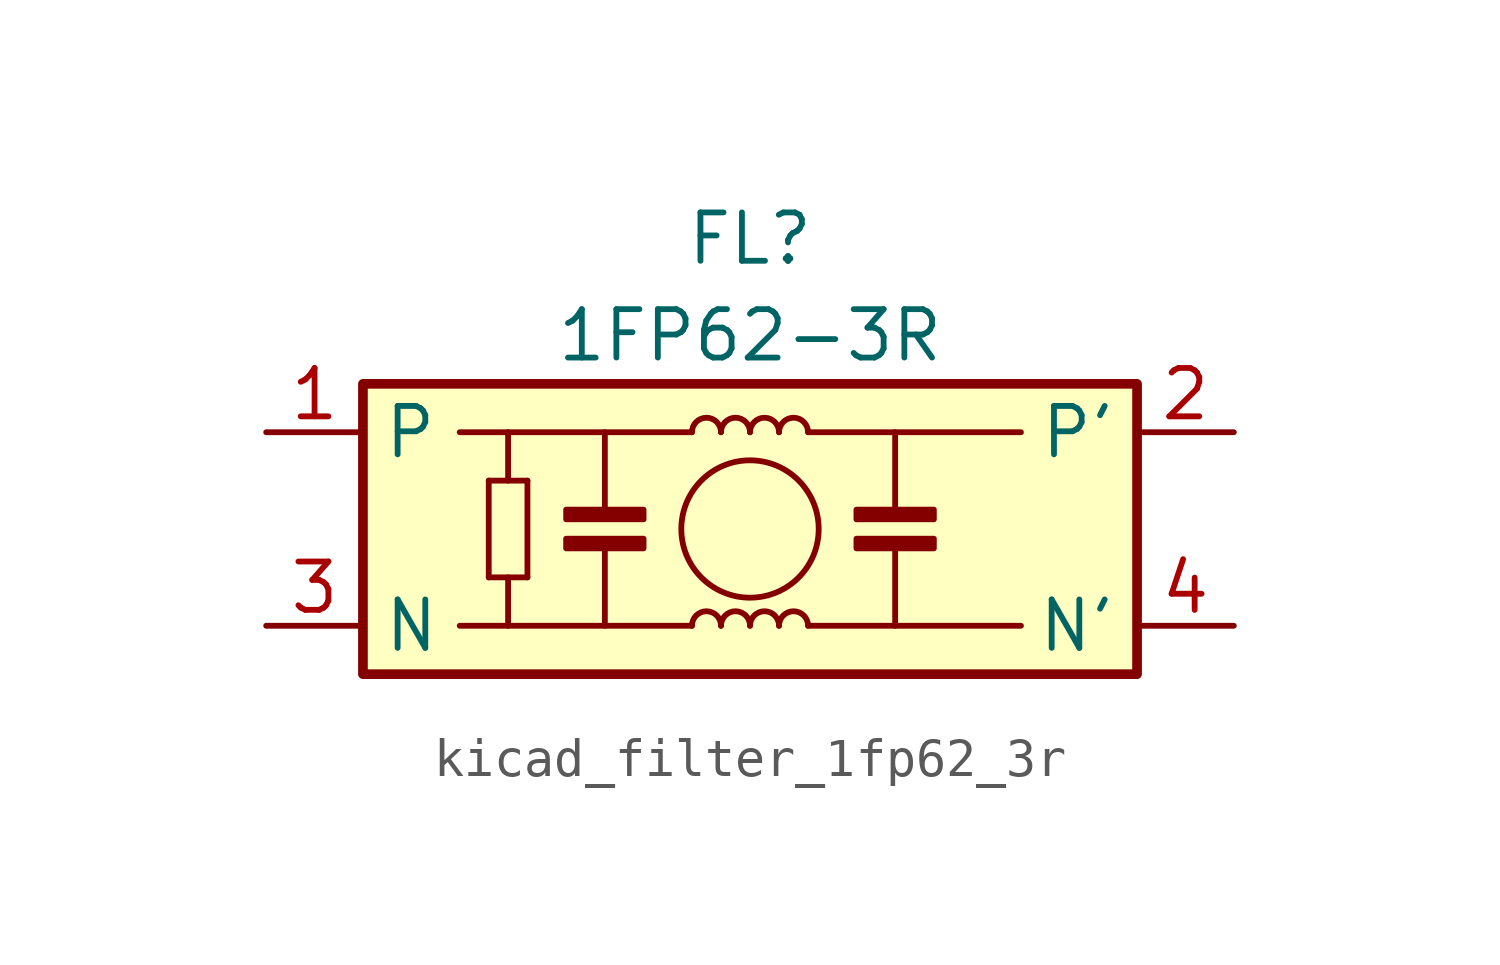
<source format=kicad_sym>
(kicad_symbol_lib
  (version 20220914)
  (generator kicad_symbol_editor)
  (symbol "kicad_filter_1fp62_3r"
    (property "Reference" "FL"
      (at 0 7.62 0)
      (effects (font (size 1.27 1.27))))
    (property "Value" "1FP62-3R"
      (at 0 5.08 0)
      (effects (font (size 1.27 1.27))))
    (symbol "kicad_filter_1fp62_3r_1_1"
      (rectangle (start -10.16 3.81) (end 10.16 -3.81) (stroke (width 0.254) (type default)) (fill (type background)))
      (rectangle (start -4.826 -0.254) (end -2.794 -0.508) (stroke (width 0) (type default)) (fill (type outline)))
      (rectangle (start -4.826 0.254) (end -2.794 0.508) (stroke (width 0) (type default)) (fill (type outline)))
      (arc (start -0.762 -2.54) (mid -1.143 -2.1606) (end -1.524 -2.54) (stroke (width 0) (type default)) (fill (type none)))
      (arc (start -0.762 2.54) (mid -1.143 2.9194) (end -1.524 2.54) (stroke (width 0) (type default)) (fill (type none)))
      (arc (start 0 -2.54) (mid -0.381 -2.1606) (end -0.762 -2.54) (stroke (width 0) (type default)) (fill (type none)))
      (polyline (pts (xy -6.858 -1.27) (xy -6.858 1.27)) (stroke (width 0) (type default)) (fill (type none)))
      (polyline (pts (xy -6.858 -1.27) (xy -5.842 -1.27)) (stroke (width 0) (type default)) (fill (type none)))
      (polyline (pts (xy -6.858 1.27) (xy -5.842 1.27)) (stroke (width 0) (type default)) (fill (type none)))
      (polyline (pts (xy -6.35 -1.27) (xy -6.35 -2.54)) (stroke (width 0) (type default)) (fill (type none)))
      (polyline (pts (xy -6.35 1.27) (xy -6.35 2.54)) (stroke (width 0) (type default)) (fill (type none)))
      (polyline (pts (xy -5.842 -1.27) (xy -5.842 1.27)) (stroke (width 0) (type default)) (fill (type none)))
      (polyline (pts (xy -3.81 -0.508) (xy -3.81 -2.54)) (stroke (width 0) (type default)) (fill (type none)))
      (polyline (pts (xy -3.81 0.508) (xy -3.81 2.54)) (stroke (width 0) (type default)) (fill (type none)))
      (polyline (pts (xy -1.524 -2.54) (xy -7.62 -2.54)) (stroke (width 0) (type default)) (fill (type none)))
      (polyline (pts (xy -1.524 2.54) (xy -7.62 2.54)) (stroke (width 0) (type default)) (fill (type none)))
      (polyline (pts (xy 1.524 -2.54) (xy 7.112 -2.54)) (stroke (width 0) (type default)) (fill (type none)))
      (polyline (pts (xy 3.81 -0.508) (xy 3.81 -2.54)) (stroke (width 0) (type default)) (fill (type none)))
      (polyline (pts (xy 3.81 0.508) (xy 3.81 2.54)) (stroke (width 0) (type default)) (fill (type none)))
      (polyline (pts (xy 7.112 2.54) (xy 1.524 2.54)) (stroke (width 0) (type default)) (fill (type none)))
      (circle (center 0 0) (radius 1.803) (stroke (width 0) (type default)) (fill (type none)))
      (arc (start 0 2.54) (mid -0.381 2.9194) (end -0.762 2.54) (stroke (width 0) (type default)) (fill (type none)))
      (arc (start 0.762 -2.54) (mid 0.381 -2.1606) (end 0 -2.54) (stroke (width 0) (type default)) (fill (type none)))
      (arc (start 0.762 2.54) (mid 0.381 2.9194) (end 0 2.54) (stroke (width 0) (type default)) (fill (type none)))
      (arc (start 1.524 -2.54) (mid 1.143 -2.1606) (end 0.762 -2.54) (stroke (width 0) (type default)) (fill (type none)))
      (arc (start 1.524 2.54) (mid 1.143 2.9194) (end 0.762 2.54) (stroke (width 0) (type default)) (fill (type none)))
      (rectangle (start 2.794 -0.254) (end 4.826 -0.508) (stroke (width 0) (type default)) (fill (type outline)))
      (rectangle (start 2.794 0.254) (end 4.826 0.508) (stroke (width 0) (type default)) (fill (type outline)))
      (pin passive line (at -12.7 2.54 0) (length 2.54) (name "P" (effects (font (size 1.27 1.27)))) (number "1" (effects (font (size 1.27 1.27)))))
      (pin passive line (at 12.7 2.54 180) (length 2.54) (name "P'" (effects (font (size 1.27 1.27)))) (number "2" (effects (font (size 1.27 1.27)))))
      (pin passive line (at -12.7 -2.54 0) (length 2.54) (name "N" (effects (font (size 1.27 1.27)))) (number "3" (effects (font (size 1.27 1.27)))))
      (pin passive line (at 12.7 -2.54 180) (length 2.54) (name "N'" (effects (font (size 1.27 1.27)))) (number "4" (effects (font (size 1.27 1.27))))))))
</source>
